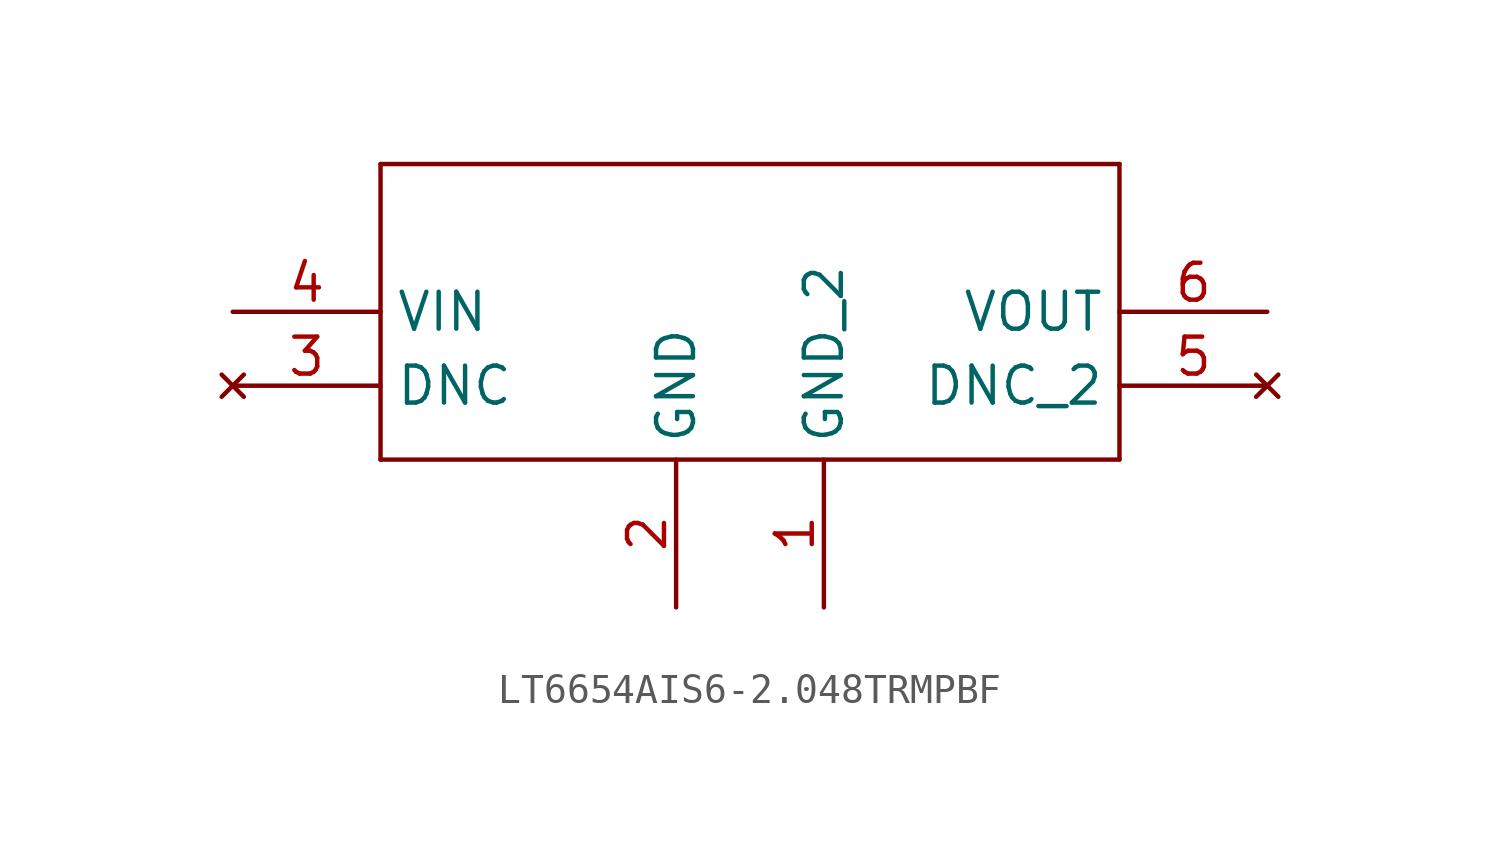
<source format=kicad_sym>
(kicad_symbol_lib
  (version 20220914)
  (generator kicad_symbol_editor)
  (symbol "LT6654AIS6-2.048TRMPBF"
    (property "Reference" "U"
      (at -12.344 6.579 0)
      (effects (font (size 2.083 1.77)) (justify left bottom) hide))
    (property "ki_locked" ""
      (at 0 0 0)
      (effects (font (size 1.27 1.27))))
    (symbol "LT6654AIS6-2.048TRMPBF_1_0"
      (polyline (pts (xy -12.7 -5.08) (xy 12.7 -5.08)) (stroke (width 0.152) (type solid)) (fill (type none)))
      (polyline (pts (xy -12.7 5.08) (xy -12.7 -5.08)) (stroke (width 0.152) (type solid)) (fill (type none)))
      (polyline (pts (xy 12.7 -5.08) (xy 12.7 5.08)) (stroke (width 0.152) (type solid)) (fill (type none)))
      (polyline (pts (xy 12.7 5.08) (xy -12.7 5.08)) (stroke (width 0.152) (type solid)) (fill (type none)))
      (pin power_in line (at 2.54 -10.16 90) (length 5.08) (name "GND_2" (effects (font (size 1.27 1.27)))) (number "1" (effects (font (size 1.27 1.27)))))
      (pin power_in line (at -2.54 -10.16 90) (length 5.08) (name "GND" (effects (font (size 1.27 1.27)))) (number "2" (effects (font (size 1.27 1.27)))))
      (pin no_connect line (at -17.78 -2.54 0) (length 5.08) (name "DNC" (effects (font (size 1.27 1.27)))) (number "3" (effects (font (size 1.27 1.27)))))
      (pin input line (at -17.78 0 0) (length 5.08) (name "VIN" (effects (font (size 1.27 1.27)))) (number "4" (effects (font (size 1.27 1.27)))))
      (pin no_connect line (at 17.78 -2.54 180) (length 5.08) (name "DNC_2" (effects (font (size 1.27 1.27)))) (number "5" (effects (font (size 1.27 1.27)))))
      (pin output line (at 17.78 0 180) (length 5.08) (name "VOUT" (effects (font (size 1.27 1.27)))) (number "6" (effects (font (size 1.27 1.27))))))))
</source>
